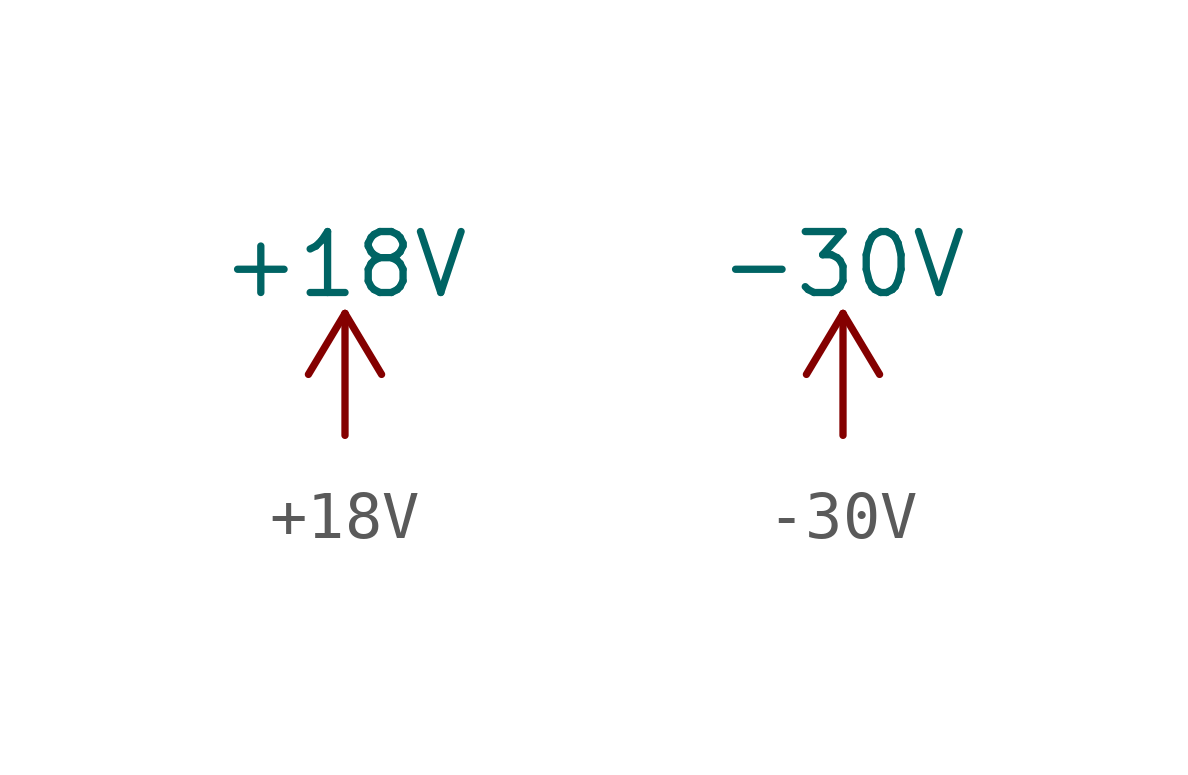
<source format=kicad_sym>
(kicad_symbol_lib
  (version 20231120)
  (generator "kicad_symbol_editor")
  (generator_version "8.0")
  (symbol "+18V"
    (power)
    (pin_names
      (offset 0))
    (property "Reference" "#PWR"
      (at 0 -3.81 0)
      (effects (font (size 1.27 1.27)) (hide yes)))
    (property "Value" "+18V"
      (at 0 3.556 0)
      (effects (font (size 1.27 1.27))))
    (symbol "+18V_0_1"
      (polyline (pts (xy -0.762 1.27) (xy 0 2.54)) (stroke (width 0) (type default)) (fill (type none)))
      (polyline (pts (xy 0 0) (xy 0 2.54)) (stroke (width 0) (type default)) (fill (type none)))
      (polyline (pts (xy 0 2.54) (xy 0.762 1.27)) (stroke (width 0) (type default)) (fill (type none))))
    (symbol "+18V_1_1"
      (pin power_in line (at 0 0 90) (length 0) hide (name "+18V" (effects (font (size 1.27 1.27)))) (number "1" (effects (font (size 1.27 1.27)))))))
  (symbol "-30V"
    (power)
    (pin_names
      (offset 0))
    (property "Reference" "#PWR"
      (at 0 -3.81 0)
      (effects (font (size 1.27 1.27)) (hide yes)))
    (property "Value" "-30V"
      (at 0 3.556 0)
      (effects (font (size 1.27 1.27))))
    (symbol "-30V_0_1"
      (polyline (pts (xy -0.762 1.27) (xy 0 2.54)) (stroke (width 0) (type default)) (fill (type none)))
      (polyline (pts (xy 0 0) (xy 0 2.54)) (stroke (width 0) (type default)) (fill (type none)))
      (polyline (pts (xy 0 2.54) (xy 0.762 1.27)) (stroke (width 0) (type default)) (fill (type none))))
    (symbol "-30V_1_1"
      (pin power_in line (at 0 0 90) (length 0) hide (name "-30V" (effects (font (size 1.27 1.27)))) (number "1" (effects (font (size 1.27 1.27))))))))
</source>
